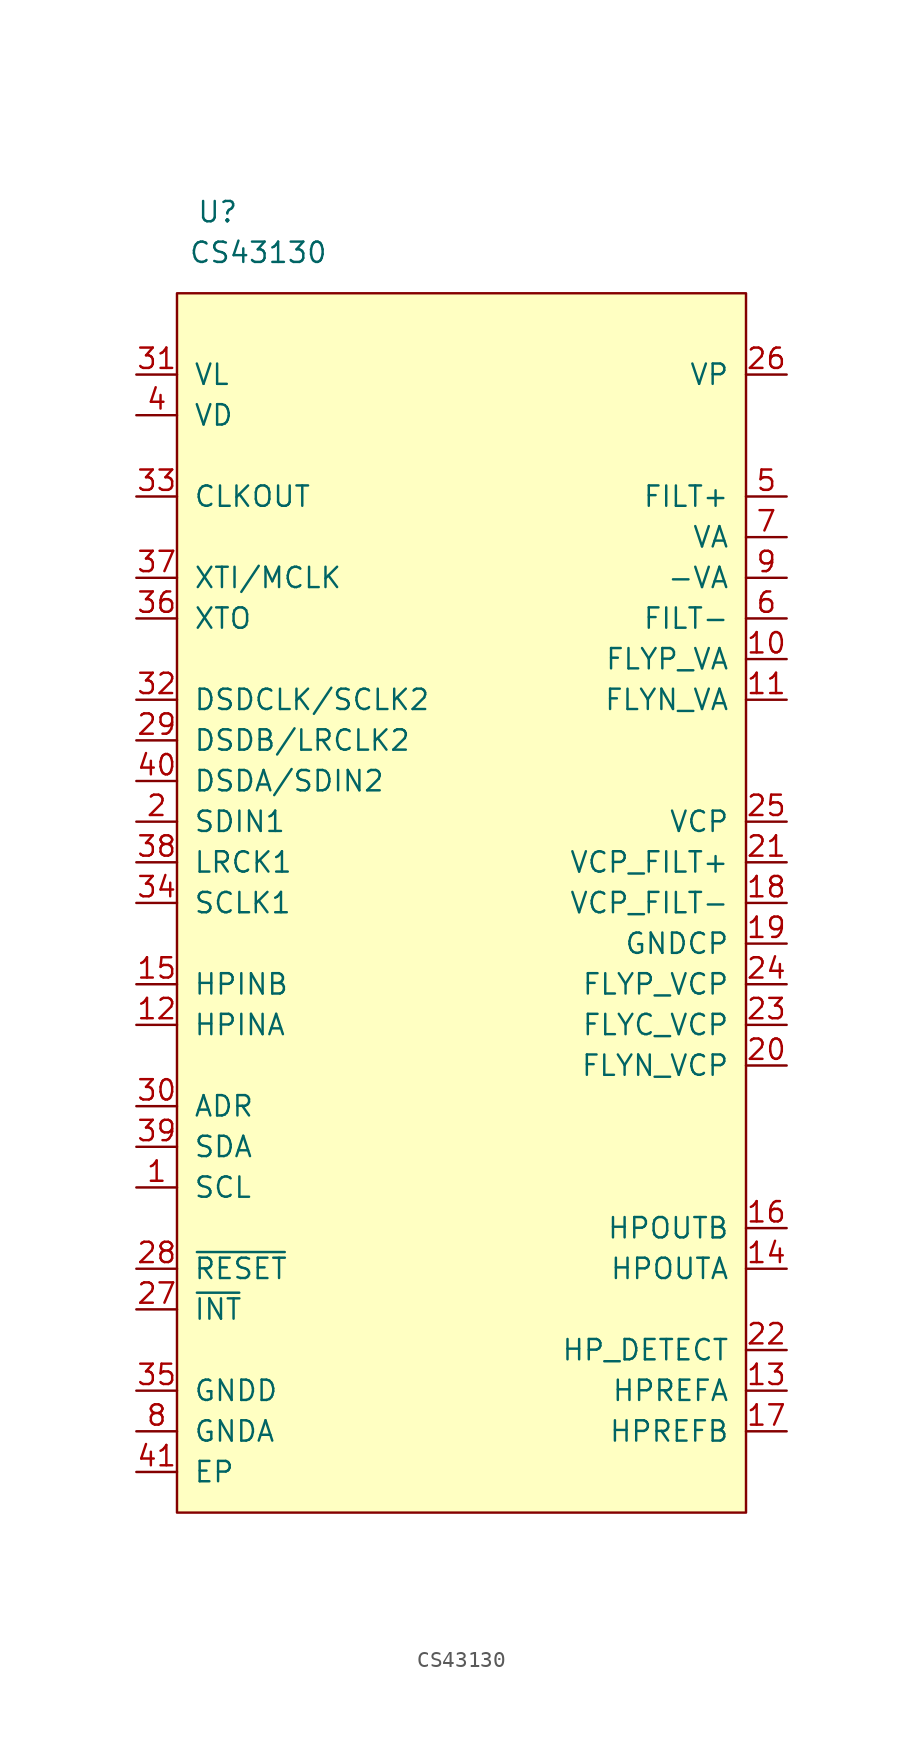
<source format=kicad_sym>
(kicad_symbol_lib
  (version 20201005)
  (generator kicad_symbol_editor)
  (symbol "symbols:CS43130"
    (pin_names
      (offset 1.016))
    (property "Reference" "U"
      (at -15.24 40.64 0)
      (effects (font (size 1.27 1.27))))
    (property "Value" "CS43130"
      (at -12.7 38.1 0)
      (effects (font (size 1.27 1.27))))
    (symbol "CS43130_0_1"
      (rectangle (start -17.78 35.56) (end 17.78 -40.64) (stroke (width 0)) (fill (type background))))
    (symbol "CS43130_1_1"
      (pin input line (at -20.32 -20.32 0) (length 2.54) (name "SCL" (effects (font (size 1.27 1.27)))) (number "1" (effects (font (size 1.27 1.27)))))
      (pin power_out line (at 20.32 12.7 180) (length 2.54) (name "FLYP_VA" (effects (font (size 1.27 1.27)))) (number "10" (effects (font (size 1.27 1.27)))))
      (pin power_out line (at 20.32 10.16 180) (length 2.54) (name "FLYN_VA" (effects (font (size 1.27 1.27)))) (number "11" (effects (font (size 1.27 1.27)))))
      (pin input line (at -20.32 -10.16 0) (length 2.54) (name "HPINA" (effects (font (size 1.27 1.27)))) (number "12" (effects (font (size 1.27 1.27)))))
      (pin input line (at 20.32 -33.02 180) (length 2.54) (name "HPREFA" (effects (font (size 1.27 1.27)))) (number "13" (effects (font (size 1.27 1.27)))))
      (pin power_out line (at 20.32 -25.4 180) (length 2.54) (name "HPOUTA" (effects (font (size 1.27 1.27)))) (number "14" (effects (font (size 1.27 1.27)))))
      (pin input line (at -20.32 -7.62 0) (length 2.54) (name "HPINB" (effects (font (size 1.27 1.27)))) (number "15" (effects (font (size 1.27 1.27)))))
      (pin power_out line (at 20.32 -22.86 180) (length 2.54) (name "HPOUTB" (effects (font (size 1.27 1.27)))) (number "16" (effects (font (size 1.27 1.27)))))
      (pin input line (at 20.32 -35.56 180) (length 2.54) (name "HPREFB" (effects (font (size 1.27 1.27)))) (number "17" (effects (font (size 1.27 1.27)))))
      (pin power_out line (at 20.32 -2.54 180) (length 2.54) (name "VCP_FILT-" (effects (font (size 1.27 1.27)))) (number "18" (effects (font (size 1.27 1.27)))))
      (pin power_out line (at 20.32 -5.08 180) (length 2.54) (name "GNDCP" (effects (font (size 1.27 1.27)))) (number "19" (effects (font (size 1.27 1.27)))))
      (pin input line (at -20.32 2.54 0) (length 2.54) (name "SDIN1" (effects (font (size 1.27 1.27)))) (number "2" (effects (font (size 1.27 1.27)))))
      (pin power_out line (at 20.32 -12.7 180) (length 2.54) (name "FLYN_VCP" (effects (font (size 1.27 1.27)))) (number "20" (effects (font (size 1.27 1.27)))))
      (pin power_out line (at 20.32 0 180) (length 2.54) (name "VCP_FILT+" (effects (font (size 1.27 1.27)))) (number "21" (effects (font (size 1.27 1.27)))))
      (pin input line (at 20.32 -30.48 180) (length 2.54) (name "HP_DETECT" (effects (font (size 1.27 1.27)))) (number "22" (effects (font (size 1.27 1.27)))))
      (pin power_out line (at 20.32 -10.16 180) (length 2.54) (name "FLYC_VCP" (effects (font (size 1.27 1.27)))) (number "23" (effects (font (size 1.27 1.27)))))
      (pin power_out line (at 20.32 -7.62 180) (length 2.54) (name "FLYP_VCP" (effects (font (size 1.27 1.27)))) (number "24" (effects (font (size 1.27 1.27)))))
      (pin power_out line (at 20.32 2.54 180) (length 2.54) (name "VCP" (effects (font (size 1.27 1.27)))) (number "25" (effects (font (size 1.27 1.27)))))
      (pin power_in line (at 20.32 30.48 180) (length 2.54) (name "VP" (effects (font (size 1.27 1.27)))) (number "26" (effects (font (size 1.27 1.27)))))
      (pin output line (at -20.32 -27.94 0) (length 2.54) (name "~INT" (effects (font (size 1.27 1.27)))) (number "27" (effects (font (size 1.27 1.27)))))
      (pin input line (at -20.32 -25.4 0) (length 2.54) (name "~RESET" (effects (font (size 1.27 1.27)))) (number "28" (effects (font (size 1.27 1.27)))))
      (pin bidirectional line (at -20.32 7.62 0) (length 2.54) (name "DSDB/LRCLK2" (effects (font (size 1.27 1.27)))) (number "29" (effects (font (size 1.27 1.27)))))
      (pin input line (at -20.32 -15.24 0) (length 2.54) (name "ADR" (effects (font (size 1.27 1.27)))) (number "30" (effects (font (size 1.27 1.27)))))
      (pin power_in line (at -20.32 30.48 0) (length 2.54) (name "VL" (effects (font (size 1.27 1.27)))) (number "31" (effects (font (size 1.27 1.27)))))
      (pin bidirectional line (at -20.32 10.16 0) (length 2.54) (name "DSDCLK/SCLK2" (effects (font (size 1.27 1.27)))) (number "32" (effects (font (size 1.27 1.27)))))
      (pin output line (at -20.32 22.86 0) (length 2.54) (name "CLKOUT" (effects (font (size 1.27 1.27)))) (number "33" (effects (font (size 1.27 1.27)))))
      (pin bidirectional line (at -20.32 -2.54 0) (length 2.54) (name "SCLK1" (effects (font (size 1.27 1.27)))) (number "34" (effects (font (size 1.27 1.27)))))
      (pin power_in line (at -20.32 -33.02 0) (length 2.54) (name "GNDD" (effects (font (size 1.27 1.27)))) (number "35" (effects (font (size 1.27 1.27)))))
      (pin input line (at -20.32 15.24 0) (length 2.54) (name "XTO" (effects (font (size 1.27 1.27)))) (number "36" (effects (font (size 1.27 1.27)))))
      (pin input line (at -20.32 17.78 0) (length 2.54) (name "XTI/MCLK" (effects (font (size 1.27 1.27)))) (number "37" (effects (font (size 1.27 1.27)))))
      (pin bidirectional line (at -20.32 0 0) (length 2.54) (name "LRCK1" (effects (font (size 1.27 1.27)))) (number "38" (effects (font (size 1.27 1.27)))))
      (pin bidirectional line (at -20.32 -17.78 0) (length 2.54) (name "SDA" (effects (font (size 1.27 1.27)))) (number "39" (effects (font (size 1.27 1.27)))))
      (pin power_in line (at -20.32 27.94 0) (length 2.54) (name "VD" (effects (font (size 1.27 1.27)))) (number "4" (effects (font (size 1.27 1.27)))))
      (pin input line (at -20.32 5.08 0) (length 2.54) (name "DSDA/SDIN2" (effects (font (size 1.27 1.27)))) (number "40" (effects (font (size 1.27 1.27)))))
      (pin power_in line (at -20.32 -38.1 0) (length 2.54) (name "EP" (effects (font (size 1.27 1.27)))) (number "41" (effects (font (size 1.27 1.27)))))
      (pin power_out line (at 20.32 22.86 180) (length 2.54) (name "FILT+" (effects (font (size 1.27 1.27)))) (number "5" (effects (font (size 1.27 1.27)))))
      (pin power_out line (at 20.32 15.24 180) (length 2.54) (name "FILT-" (effects (font (size 1.27 1.27)))) (number "6" (effects (font (size 1.27 1.27)))))
      (pin power_out line (at 20.32 20.32 180) (length 2.54) (name "VA" (effects (font (size 1.27 1.27)))) (number "7" (effects (font (size 1.27 1.27)))))
      (pin power_in line (at -20.32 -35.56 0) (length 2.54) (name "GNDA" (effects (font (size 1.27 1.27)))) (number "8" (effects (font (size 1.27 1.27)))))
      (pin power_out line (at 20.32 17.78 180) (length 2.54) (name "-VA" (effects (font (size 1.27 1.27)))) (number "9" (effects (font (size 1.27 1.27))))))))
</source>
